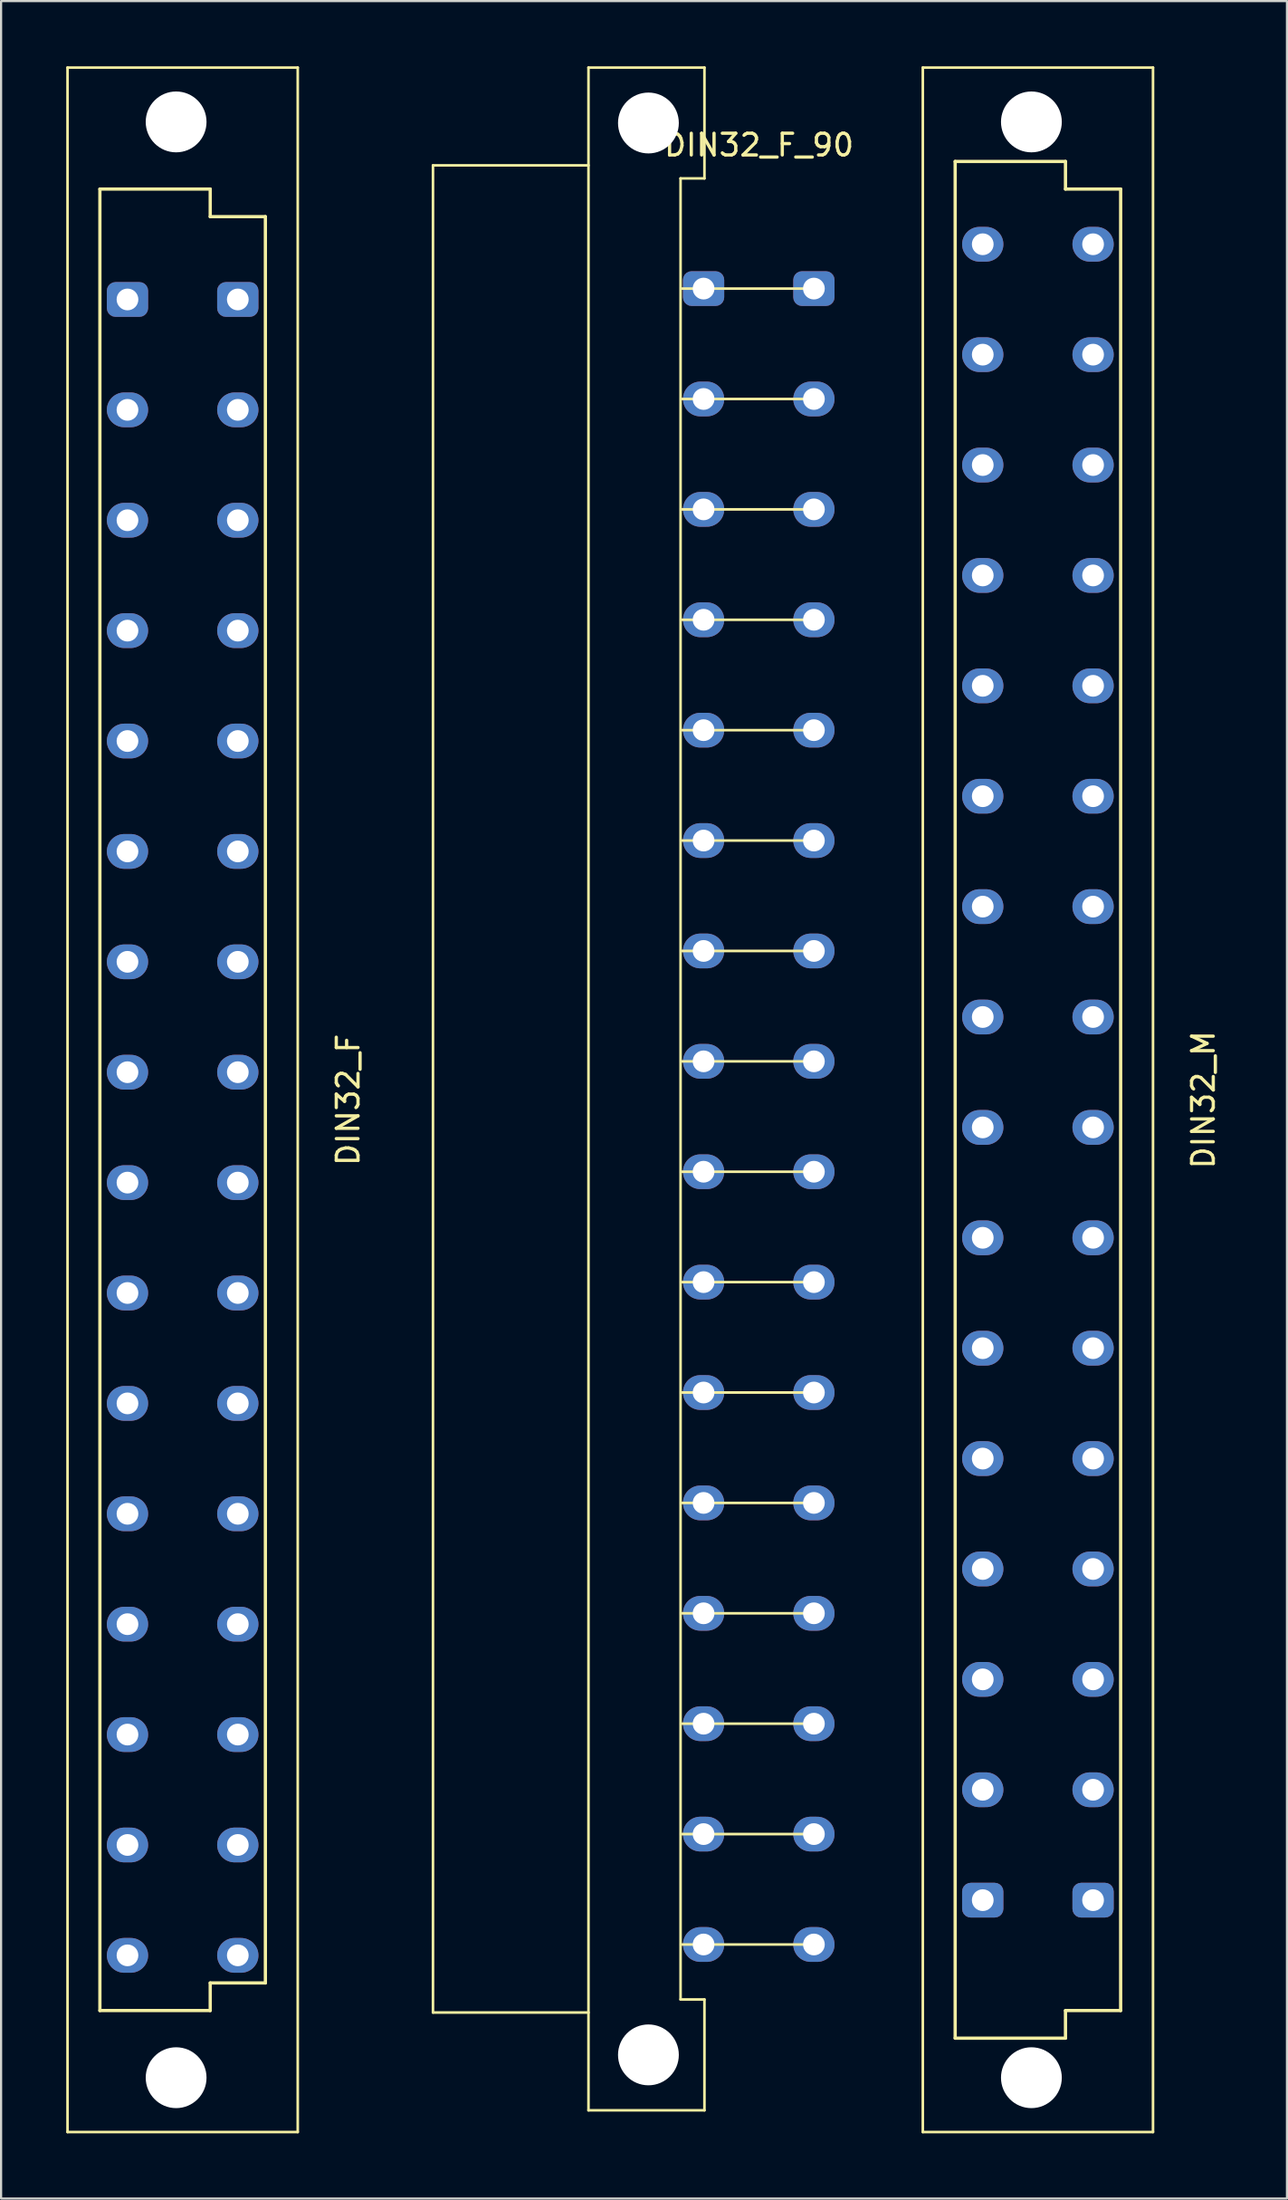
<source format=kicad_pcb>
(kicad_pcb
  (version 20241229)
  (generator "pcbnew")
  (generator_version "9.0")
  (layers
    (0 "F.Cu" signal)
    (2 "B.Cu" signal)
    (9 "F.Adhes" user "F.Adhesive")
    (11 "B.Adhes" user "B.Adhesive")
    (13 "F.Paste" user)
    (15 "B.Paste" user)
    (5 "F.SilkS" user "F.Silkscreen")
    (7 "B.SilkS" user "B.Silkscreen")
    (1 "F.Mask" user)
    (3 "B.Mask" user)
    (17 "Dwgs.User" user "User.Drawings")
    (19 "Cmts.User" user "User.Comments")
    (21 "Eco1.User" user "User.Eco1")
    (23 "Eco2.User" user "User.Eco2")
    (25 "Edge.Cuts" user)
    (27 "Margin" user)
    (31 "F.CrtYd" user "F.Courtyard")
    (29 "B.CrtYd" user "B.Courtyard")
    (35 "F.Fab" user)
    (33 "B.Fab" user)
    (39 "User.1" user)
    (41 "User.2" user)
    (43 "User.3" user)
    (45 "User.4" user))
  (footprint "DIN32_M"
    (layer "F.Cu")
    (at 44.743 47.56)
    (property "Reference" "DIN32_M" (at 7.62 0 90) (layer "F.SilkS") (effects (font (size 1 1) (thickness 0.15))))
    (attr through_hole)
    (fp_line (start -5.3 -47.5) (end -5.3 47.5) (stroke (width 0.12) (type solid)) (layer "F.SilkS"))
    (fp_line (start -5.3 -47.5) (end 5.3 -47.5) (stroke (width 0.12) (type solid)) (layer "F.SilkS"))
    (fp_line (start -5.3 47.5) (end 5.3 47.5) (stroke (width 0.12) (type solid)) (layer "F.SilkS"))
    (fp_line (start -3.81 -43.18) (end 1.27 -43.18) (stroke (width 0.15) (type solid)) (layer "F.SilkS"))
    (fp_line (start -3.81 43.18) (end -3.81 -43.18) (stroke (width 0.15) (type solid)) (layer "F.SilkS"))
    (fp_line (start 1.27 -43.18) (end 1.27 -41.91) (stroke (width 0.15) (type solid)) (layer "F.SilkS"))
    (fp_line (start 1.27 -41.91) (end 3.81 -41.91) (stroke (width 0.15) (type solid)) (layer "F.SilkS"))
    (fp_line (start 1.27 41.91) (end 1.27 43.18) (stroke (width 0.15) (type solid)) (layer "F.SilkS"))
    (fp_line (start 1.27 43.18) (end -3.81 43.18) (stroke (width 0.15) (type solid)) (layer "F.SilkS"))
    (fp_line (start 3.81 -41.91) (end 3.81 41.91) (stroke (width 0.15) (type solid)) (layer "F.SilkS"))
    (fp_line (start 3.81 41.91) (end 1.27 41.91) (stroke (width 0.15) (type solid)) (layer "F.SilkS"))
    (fp_line (start 5.3 -47.5) (end 5.3 47.5) (stroke (width 0.12) (type solid)) (layer "F.SilkS"))
    (pad "" np_thru_hole circle (at -0.3 -45) (size 2.8 2.8) (drill 2.8) (layers "*.Cu" "*.Mask"))
    (pad "" np_thru_hole circle (at -0.3 45) (size 2.8 2.8) (drill 2.8) (layers "*.Cu" "*.Mask"))
    (pad "2A" thru_hole roundrect (at -2.54 36.83) (size 1.9 1.6) (drill 1) (layers "*.Cu" "*.Mask") (roundrect_rratio 0.25))
    (pad "2C" thru_hole roundrect (at 2.54 36.83) (size 1.9 1.6) (drill 1) (layers "*.Cu" "*.Mask") (roundrect_rratio 0.25))
    (pad "4A" thru_hole oval (at -2.54 31.75) (size 1.9 1.6) (drill 1) (layers "*.Cu" "*.Mask"))
    (pad "4C" thru_hole oval (at 2.54 31.75) (size 1.9 1.6) (drill 1) (layers "*.Cu" "*.Mask"))
    (pad "6A" thru_hole oval (at -2.54 26.67) (size 1.9 1.6) (drill 1) (layers "*.Cu" "*.Mask"))
    (pad "6C" thru_hole oval (at 2.54 26.67) (size 1.9 1.6) (drill 1) (layers "*.Cu" "*.Mask"))
    (pad "8A" thru_hole oval (at -2.54 21.59) (size 1.9 1.6) (drill 1) (layers "*.Cu" "*.Mask"))
    (pad "8C" thru_hole oval (at 2.54 21.59) (size 1.9 1.6) (drill 1) (layers "*.Cu" "*.Mask"))
    (pad "10A" thru_hole oval (at -2.54 16.51) (size 1.9 1.6) (drill 1) (layers "*.Cu" "*.Mask"))
    (pad "10C" thru_hole oval (at 2.54 16.51) (size 1.9 1.6) (drill 1) (layers "*.Cu" "*.Mask"))
    (pad "12A" thru_hole oval (at -2.54 11.43) (size 1.9 1.6) (drill 1) (layers "*.Cu" "*.Mask"))
    (pad "12C" thru_hole oval (at 2.54 11.43) (size 1.9 1.6) (drill 1) (layers "*.Cu" "*.Mask"))
    (pad "14A" thru_hole oval (at -2.54 6.35 180) (size 1.9 1.6) (drill 1) (layers "*.Cu" "*.Mask"))
    (pad "14C" thru_hole oval (at 2.54 6.35 180) (size 1.9 1.6) (drill 1) (layers "*.Cu" "*.Mask"))
    (pad "16A" thru_hole oval (at -2.54 1.27 180) (size 1.9 1.6) (drill 1) (layers "*.Cu" "*.Mask"))
    (pad "16C" thru_hole oval (at 2.54 1.27 180) (size 1.9 1.6) (drill 1) (layers "*.Cu" "*.Mask"))
    (pad "18A" thru_hole oval (at -2.54 -3.81 180) (size 1.9 1.6) (drill 1) (layers "*.Cu" "*.Mask"))
    (pad "18C" thru_hole oval (at 2.54 -3.81 180) (size 1.9 1.6) (drill 1) (layers "*.Cu" "*.Mask"))
    (pad "20A" thru_hole oval (at -2.54 -8.89) (size 1.9 1.6) (drill 1) (layers "*.Cu" "*.Mask"))
    (pad "20C" thru_hole oval (at 2.54 -8.89) (size 1.9 1.6) (drill 1) (layers "*.Cu" "*.Mask"))
    (pad "22A" thru_hole oval (at -2.54 -13.97) (size 1.9 1.6) (drill 1) (layers "*.Cu" "*.Mask"))
    (pad "22C" thru_hole oval (at 2.54 -13.97) (size 1.9 1.6) (drill 1) (layers "*.Cu" "*.Mask"))
    (pad "24A" thru_hole oval (at -2.54 -19.05) (size 1.9 1.6) (drill 1) (layers "*.Cu" "*.Mask"))
    (pad "24C" thru_hole oval (at 2.54 -19.05) (size 1.9 1.6) (drill 1) (layers "*.Cu" "*.Mask"))
    (pad "26A" thru_hole oval (at -2.54 -24.13) (size 1.9 1.6) (drill 1) (layers "*.Cu" "*.Mask"))
    (pad "26C" thru_hole oval (at 2.54 -24.13) (size 1.9 1.6) (drill 1) (layers "*.Cu" "*.Mask"))
    (pad "28A" thru_hole oval (at -2.54 -29.21) (size 1.9 1.6) (drill 1) (layers "*.Cu" "*.Mask"))
    (pad "28C" thru_hole oval (at 2.54 -29.21) (size 1.9 1.6) (drill 1) (layers "*.Cu" "*.Mask"))
    (pad "30A" thru_hole oval (at -2.54 -34.29) (size 1.9 1.6) (drill 1) (layers "*.Cu" "*.Mask"))
    (pad "30C" thru_hole oval (at 2.54 -34.29) (size 1.9 1.6) (drill 1) (layers "*.Cu" "*.Mask"))
    (pad "32A" thru_hole oval (at -2.54 -39.37) (size 1.9 1.6) (drill 1) (layers "*.Cu" "*.Mask"))
    (pad "32C" thru_hole oval (at 2.54 -39.37) (size 1.9 1.6) (drill 1) (layers "*.Cu" "*.Mask")))
  (footprint "DIN32_F"
    (layer "F.Cu")
    (at 5.36 47.56)
    (property "Reference" "DIN32_F" (at 7.62 0 90) (layer "F.SilkS") (effects (font (size 1 1) (thickness 0.15))))
    (attr through_hole)
    (fp_line (start -5.3 -47.5) (end -5.3 47.5) (stroke (width 0.12) (type solid)) (layer "F.SilkS"))
    (fp_line (start -5.3 -47.5) (end 5.3 -47.5) (stroke (width 0.12) (type solid)) (layer "F.SilkS"))
    (fp_line (start -5.3 47.5) (end 5.3 47.5) (stroke (width 0.12) (type solid)) (layer "F.SilkS"))
    (fp_line (start -3.81 -41.91) (end 1.27 -41.91) (stroke (width 0.15) (type solid)) (layer "F.SilkS"))
    (fp_line (start -3.81 41.91) (end -3.81 -41.91) (stroke (width 0.15) (type solid)) (layer "F.SilkS"))
    (fp_line (start 1.27 -41.91) (end 1.27 -40.64) (stroke (width 0.15) (type solid)) (layer "F.SilkS"))
    (fp_line (start 1.27 -40.64) (end 3.81 -40.64) (stroke (width 0.15) (type solid)) (layer "F.SilkS"))
    (fp_line (start 1.27 40.64) (end 1.27 41.91) (stroke (width 0.15) (type solid)) (layer "F.SilkS"))
    (fp_line (start 1.27 41.91) (end -3.81 41.91) (stroke (width 0.15) (type solid)) (layer "F.SilkS"))
    (fp_line (start 3.81 -40.64) (end 3.81 40.64) (stroke (width 0.15) (type solid)) (layer "F.SilkS"))
    (fp_line (start 3.81 40.64) (end 1.27 40.64) (stroke (width 0.15) (type solid)) (layer "F.SilkS"))
    (fp_line (start 5.3 -47.5) (end 5.3 47.5) (stroke (width 0.12) (type solid)) (layer "F.SilkS"))
    (pad "" np_thru_hole circle (at -0.3 -45) (size 2.8 2.8) (drill 2.8) (layers "*.Cu" "*.Mask"))
    (pad "" np_thru_hole circle (at -0.3 45) (size 2.8 2.8) (drill 2.8) (layers "*.Cu" "*.Mask"))
    (pad "2A" thru_hole roundrect (at -2.54 -36.83) (size 1.9 1.6) (drill 1) (layers "*.Cu" "*.Mask") (roundrect_rratio 0.25))
    (pad "2C" thru_hole roundrect (at 2.54 -36.83) (size 1.9 1.6) (drill 1) (layers "*.Cu" "*.Mask") (roundrect_rratio 0.25))
    (pad "4A" thru_hole oval (at -2.54 -31.75) (size 1.9 1.6) (drill 1) (layers "*.Cu" "*.Mask"))
    (pad "4C" thru_hole oval (at 2.54 -31.75) (size 1.9 1.6) (drill 1) (layers "*.Cu" "*.Mask"))
    (pad "6A" thru_hole oval (at -2.54 -26.67) (size 1.9 1.6) (drill 1) (layers "*.Cu" "*.Mask"))
    (pad "6C" thru_hole oval (at 2.54 -26.67) (size 1.9 1.6) (drill 1) (layers "*.Cu" "*.Mask"))
    (pad "8A" thru_hole oval (at -2.54 -21.59) (size 1.9 1.6) (drill 1) (layers "*.Cu" "*.Mask"))
    (pad "8C" thru_hole oval (at 2.54 -21.59) (size 1.9 1.6) (drill 1) (layers "*.Cu" "*.Mask"))
    (pad "10A" thru_hole oval (at -2.54 -16.51) (size 1.9 1.6) (drill 1) (layers "*.Cu" "*.Mask"))
    (pad "10C" thru_hole oval (at 2.54 -16.51) (size 1.9 1.6) (drill 1) (layers "*.Cu" "*.Mask"))
    (pad "12A" thru_hole oval (at -2.54 -11.43) (size 1.9 1.6) (drill 1) (layers "*.Cu" "*.Mask"))
    (pad "12C" thru_hole oval (at 2.54 -11.43) (size 1.9 1.6) (drill 1) (layers "*.Cu" "*.Mask"))
    (pad "14A" thru_hole oval (at -2.54 -6.35) (size 1.9 1.6) (drill 1) (layers "*.Cu" "*.Mask"))
    (pad "14C" thru_hole oval (at 2.54 -6.35) (size 1.9 1.6) (drill 1) (layers "*.Cu" "*.Mask"))
    (pad "16A" thru_hole oval (at -2.54 -1.27) (size 1.9 1.6) (drill 1) (layers "*.Cu" "*.Mask"))
    (pad "16C" thru_hole oval (at 2.54 -1.27) (size 1.9 1.6) (drill 1) (layers "*.Cu" "*.Mask"))
    (pad "18A" thru_hole oval (at -2.54 3.81) (size 1.9 1.6) (drill 1) (layers "*.Cu" "*.Mask"))
    (pad "18C" thru_hole oval (at 2.54 3.81) (size 1.9 1.6) (drill 1) (layers "*.Cu" "*.Mask"))
    (pad "20A" thru_hole oval (at -2.54 8.89) (size 1.9 1.6) (drill 1) (layers "*.Cu" "*.Mask"))
    (pad "20C" thru_hole oval (at 2.54 8.89) (size 1.9 1.6) (drill 1) (layers "*.Cu" "*.Mask"))
    (pad "22A" thru_hole oval (at -2.54 13.97) (size 1.9 1.6) (drill 1) (layers "*.Cu" "*.Mask"))
    (pad "22C" thru_hole oval (at 2.54 13.97) (size 1.9 1.6) (drill 1) (layers "*.Cu" "*.Mask"))
    (pad "24A" thru_hole oval (at -2.54 19.05) (size 1.9 1.6) (drill 1) (layers "*.Cu" "*.Mask"))
    (pad "24C" thru_hole oval (at 2.54 19.05) (size 1.9 1.6) (drill 1) (layers "*.Cu" "*.Mask"))
    (pad "26A" thru_hole oval (at -2.54 24.13) (size 1.9 1.6) (drill 1) (layers "*.Cu" "*.Mask"))
    (pad "26C" thru_hole oval (at 2.54 24.13) (size 1.9 1.6) (drill 1) (layers "*.Cu" "*.Mask"))
    (pad "28A" thru_hole oval (at -2.54 29.21) (size 1.9 1.6) (drill 1) (layers "*.Cu" "*.Mask"))
    (pad "28C" thru_hole oval (at 2.54 29.21) (size 1.9 1.6) (drill 1) (layers "*.Cu" "*.Mask"))
    (pad "30A" thru_hole oval (at -2.54 34.29) (size 1.9 1.6) (drill 1) (layers "*.Cu" "*.Mask"))
    (pad "30C" thru_hole oval (at 2.54 34.29) (size 1.9 1.6) (drill 1) (layers "*.Cu" "*.Mask"))
    (pad "32A" thru_hole oval (at -2.54 39.37) (size 1.9 1.6) (drill 1) (layers "*.Cu" "*.Mask"))
    (pad "32C" thru_hole oval (at 2.54 39.37) (size 1.9 1.6) (drill 1) (layers "*.Cu" "*.Mask")))
  (footprint "DIN32_F_90"
    (layer "F.Cu")
    (at 31.888 47.06)
    (property "Reference" "DIN32_F_90" (at 0.013 -43.434 0) (layer "F.SilkS") (effects (font (size 1 1) (thickness 0.15))))
    (attr through_hole)
    (fp_line (start -15 -42.5) (end -15 42.5) (stroke (width 0.12) (type solid)) (layer "F.SilkS"))
    (fp_line (start -15 42.5) (end -7.84 42.5) (stroke (width 0.12) (type solid)) (layer "F.SilkS"))
    (fp_line (start -7.84 -47) (end -7.84 47) (stroke (width 0.12) (type solid)) (layer "F.SilkS"))
    (fp_line (start -7.84 -47) (end -2.5 -47) (stroke (width 0.12) (type solid)) (layer "F.SilkS"))
    (fp_line (start -7.84 -42.5) (end -15 -42.5) (stroke (width 0.12) (type solid)) (layer "F.SilkS"))
    (fp_line (start -7.84 47) (end -2.5 47) (stroke (width 0.12) (type solid)) (layer "F.SilkS"))
    (fp_line (start -3.6 -41.9) (end -3.6 41.9) (stroke (width 0.12) (type solid)) (layer "F.SilkS"))
    (fp_line (start -3.6 -41.9) (end -2.5 -41.9) (stroke (width 0.12) (type solid)) (layer "F.SilkS"))
    (fp_line (start -3.6 41.9) (end -2.5 41.9) (stroke (width 0.12) (type solid)) (layer "F.SilkS"))
    (fp_line (start -2.5 -41.9) (end -2.5 -47) (stroke (width 0.12) (type solid)) (layer "F.SilkS"))
    (fp_line (start -2.5 47) (end -2.5 41.9) (stroke (width 0.12) (type solid)) (layer "F.SilkS"))
    (fp_line (start 2.54 -36.83) (end -3.556 -36.83) (stroke (width 0.12) (type solid)) (layer "F.SilkS"))
    (fp_line (start 2.54 -31.75) (end -3.556 -31.75) (stroke (width 0.12) (type solid)) (layer "F.SilkS"))
    (fp_line (start 2.54 -26.67) (end -3.556 -26.67) (stroke (width 0.12) (type solid)) (layer "F.SilkS"))
    (fp_line (start 2.54 -21.59) (end -3.556 -21.59) (stroke (width 0.12) (type solid)) (layer "F.SilkS"))
    (fp_line (start 2.54 -16.51) (end -3.556 -16.51) (stroke (width 0.12) (type solid)) (layer "F.SilkS"))
    (fp_line (start 2.54 -11.43) (end -3.556 -11.43) (stroke (width 0.12) (type solid)) (layer "F.SilkS"))
    (fp_line (start 2.54 -6.35) (end -3.556 -6.35) (stroke (width 0.12) (type solid)) (layer "F.SilkS"))
    (fp_line (start 2.54 -1.27) (end -3.556 -1.27) (stroke (width 0.12) (type solid)) (layer "F.SilkS"))
    (fp_line (start 2.54 3.81) (end -3.556 3.81) (stroke (width 0.12) (type solid)) (layer "F.SilkS"))
    (fp_line (start 2.54 8.89) (end -3.556 8.89) (stroke (width 0.12) (type solid)) (layer "F.SilkS"))
    (fp_line (start 2.54 13.97) (end -3.556 13.97) (stroke (width 0.12) (type solid)) (layer "F.SilkS"))
    (fp_line (start 2.54 19.05) (end -3.556 19.05) (stroke (width 0.12) (type solid)) (layer "F.SilkS"))
    (fp_line (start 2.54 24.13) (end -3.556 24.13) (stroke (width 0.12) (type solid)) (layer "F.SilkS"))
    (fp_line (start 2.54 29.21) (end -3.556 29.21) (stroke (width 0.12) (type solid)) (layer "F.SilkS"))
    (fp_line (start 2.54 34.29) (end -3.556 34.29) (stroke (width 0.12) (type solid)) (layer "F.SilkS"))
    (fp_line (start 2.54 39.37) (end -3.556 39.37) (stroke (width 0.12) (type solid)) (layer "F.SilkS"))
    (pad "" np_thru_hole circle (at -5.08 -44.45) (size 2.8 2.8) (drill 2.8) (layers "*.Cu" "*.Mask"))
    (pad "" np_thru_hole circle (at -5.08 44.45) (size 2.8 2.8) (drill 2.8) (layers "*.Cu" "*.Mask"))
    (pad "2A" thru_hole roundrect (at -2.54 -36.83) (size 1.9 1.6) (drill 1) (layers "*.Cu" "*.Mask") (roundrect_rratio 0.25))
    (pad "2C" thru_hole roundrect (at 2.54 -36.83) (size 1.9 1.6) (drill 1) (layers "*.Cu" "*.Mask") (roundrect_rratio 0.25))
    (pad "4A" thru_hole oval (at -2.54 -31.75) (size 1.9 1.6) (drill 1) (layers "*.Cu" "*.Mask"))
    (pad "4C" thru_hole oval (at 2.54 -31.75) (size 1.9 1.6) (drill 1) (layers "*.Cu" "*.Mask"))
    (pad "6A" thru_hole oval (at -2.54 -26.67) (size 1.9 1.6) (drill 1) (layers "*.Cu" "*.Mask"))
    (pad "6C" thru_hole oval (at 2.54 -26.67) (size 1.9 1.6) (drill 1) (layers "*.Cu" "*.Mask"))
    (pad "8A" thru_hole oval (at -2.54 -21.59) (size 1.9 1.6) (drill 1) (layers "*.Cu" "*.Mask"))
    (pad "8C" thru_hole oval (at 2.54 -21.59) (size 1.9 1.6) (drill 1) (layers "*.Cu" "*.Mask"))
    (pad "10A" thru_hole oval (at -2.54 -16.51) (size 1.9 1.6) (drill 1) (layers "*.Cu" "*.Mask"))
    (pad "10C" thru_hole oval (at 2.54 -16.51) (size 1.9 1.6) (drill 1) (layers "*.Cu" "*.Mask"))
    (pad "12A" thru_hole oval (at -2.54 -11.43) (size 1.9 1.6) (drill 1) (layers "*.Cu" "*.Mask"))
    (pad "12C" thru_hole oval (at 2.54 -11.43) (size 1.9 1.6) (drill 1) (layers "*.Cu" "*.Mask"))
    (pad "14A" thru_hole oval (at -2.54 -6.35) (size 1.9 1.6) (drill 1) (layers "*.Cu" "*.Mask"))
    (pad "14C" thru_hole oval (at 2.54 -6.35) (size 1.9 1.6) (drill 1) (layers "*.Cu" "*.Mask"))
    (pad "16A" thru_hole oval (at -2.54 -1.27) (size 1.9 1.6) (drill 1) (layers "*.Cu" "*.Mask"))
    (pad "16C" thru_hole oval (at 2.54 -1.27) (size 1.9 1.6) (drill 1) (layers "*.Cu" "*.Mask"))
    (pad "18A" thru_hole oval (at -2.54 3.81) (size 1.9 1.6) (drill 1) (layers "*.Cu" "*.Mask"))
    (pad "18C" thru_hole oval (at 2.54 3.81) (size 1.9 1.6) (drill 1) (layers "*.Cu" "*.Mask"))
    (pad "20A" thru_hole oval (at -2.54 8.89) (size 1.9 1.6) (drill 1) (layers "*.Cu" "*.Mask"))
    (pad "20C" thru_hole oval (at 2.54 8.89) (size 1.9 1.6) (drill 1) (layers "*.Cu" "*.Mask"))
    (pad "22A" thru_hole oval (at -2.54 13.97) (size 1.9 1.6) (drill 1) (layers "*.Cu" "*.Mask"))
    (pad "22C" thru_hole oval (at 2.54 13.97) (size 1.9 1.6) (drill 1) (layers "*.Cu" "*.Mask"))
    (pad "24A" thru_hole oval (at -2.54 19.05) (size 1.9 1.6) (drill 1) (layers "*.Cu" "*.Mask"))
    (pad "24C" thru_hole oval (at 2.54 19.05) (size 1.9 1.6) (drill 1) (layers "*.Cu" "*.Mask"))
    (pad "26A" thru_hole oval (at -2.54 24.13) (size 1.9 1.6) (drill 1) (layers "*.Cu" "*.Mask"))
    (pad "26C" thru_hole oval (at 2.54 24.13) (size 1.9 1.6) (drill 1) (layers "*.Cu" "*.Mask"))
    (pad "28A" thru_hole oval (at -2.54 29.21) (size 1.9 1.6) (drill 1) (layers "*.Cu" "*.Mask"))
    (pad "28C" thru_hole oval (at 2.54 29.21) (size 1.9 1.6) (drill 1) (layers "*.Cu" "*.Mask"))
    (pad "30A" thru_hole oval (at -2.54 34.29) (size 1.9 1.6) (drill 1) (layers "*.Cu" "*.Mask"))
    (pad "30C" thru_hole oval (at 2.54 34.29) (size 1.9 1.6) (drill 1) (layers "*.Cu" "*.Mask"))
    (pad "32A" thru_hole oval (at -2.54 39.37) (size 1.9 1.6) (drill 1) (layers "*.Cu" "*.Mask"))
    (pad "32C" thru_hole oval (at 2.54 39.37) (size 1.9 1.6) (drill 1) (layers "*.Cu" "*.Mask")))
  (gr_rect
    (start -3 -3)
    (end 56.212 98.12)
    (stroke (width 0.1) (type default))
    (fill no)
    (layer "Edge.Cuts")))
</source>
